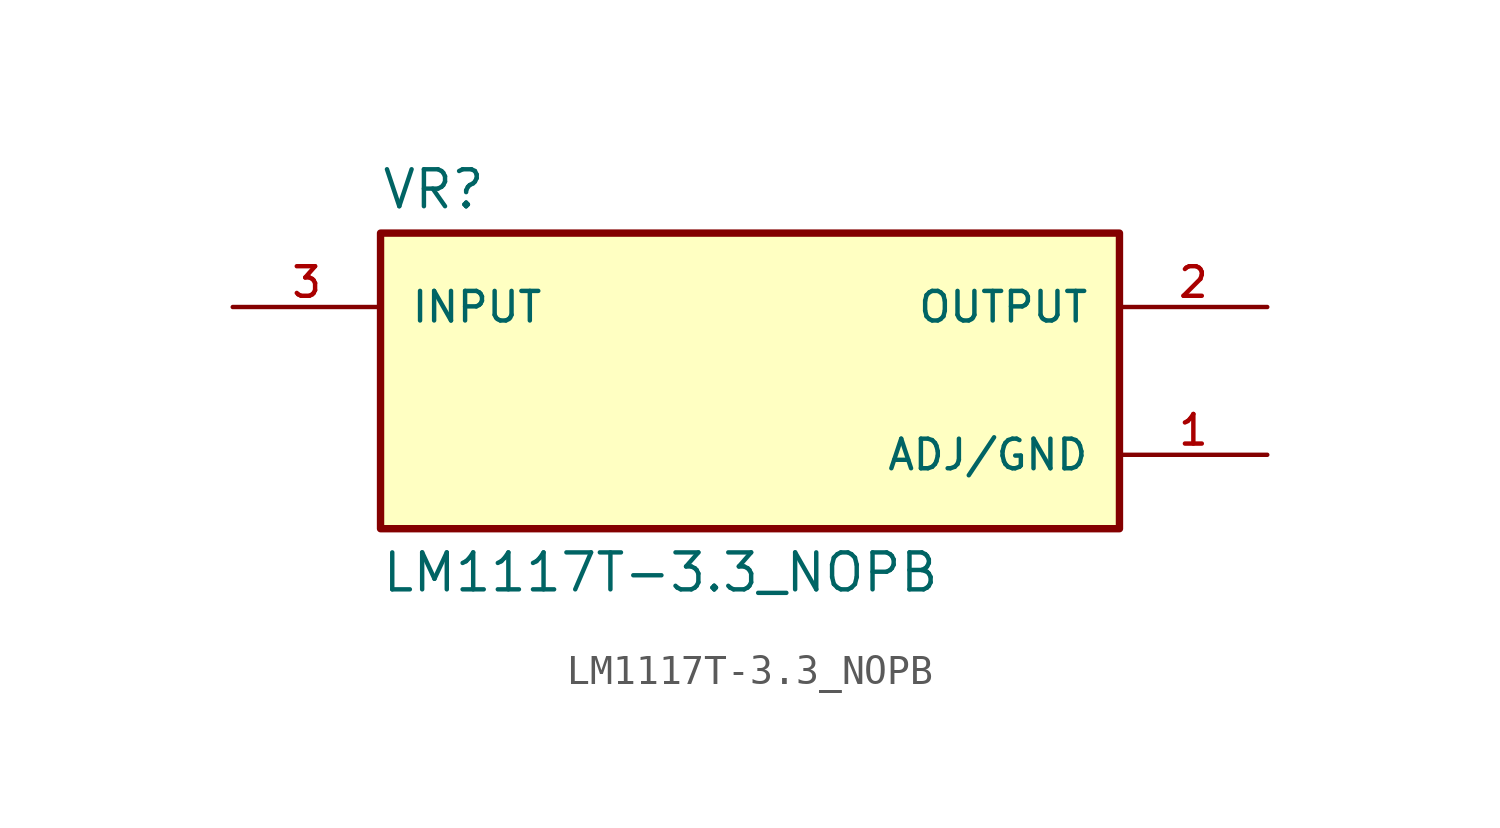
<source format=kicad_sym>
(kicad_symbol_lib
  (version 20211014)
  (generator kicad_symbol_editor)
  (symbol "LM1117T-3.3_NOPB"
    (pin_names
      (offset 1.016))
    (property "Reference" "VR"
      (at -12.7 5.842 0)
      (effects (font (size 1.27 1.27)) (justify bottom left)))
    (property "Value" "LM1117T-3.3_NOPB"
      (at -12.7 -5.842 0)
      (effects (font (size 1.27 1.27)) (justify top left)))
    (symbol "LM1117T-3.3_NOPB_0_0"
      (rectangle (start -12.7 -5.08) (end 12.7 5.08) (stroke (width 0.254)) (fill (type background)))
      (pin input line (at -17.78 2.54 0) (length 5.08) (name "INPUT" (effects (font (size 1.016 1.016)))) (number "3" (effects (font (size 1.016 1.016)))))
      (pin output line (at 17.78 2.54 180.0) (length 5.08) (name "OUTPUT" (effects (font (size 1.016 1.016)))) (number "2" (effects (font (size 1.016 1.016)))))
      (pin power_in line (at 17.78 -2.54 180.0) (length 5.08) (name "ADJ/GND" (effects (font (size 1.016 1.016)))) (number "1" (effects (font (size 1.016 1.016))))))))
</source>
